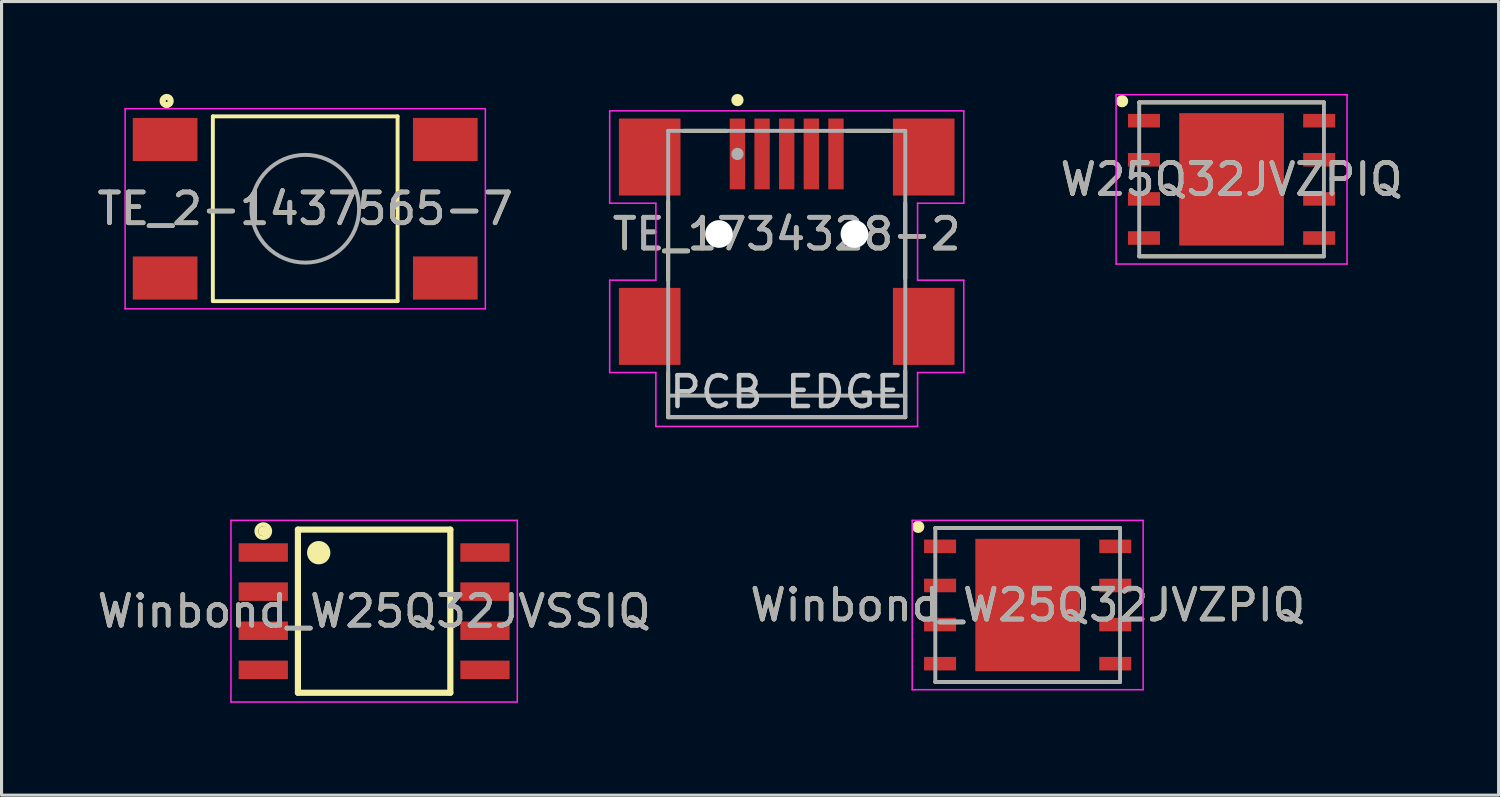
<source format=kicad_pcb>
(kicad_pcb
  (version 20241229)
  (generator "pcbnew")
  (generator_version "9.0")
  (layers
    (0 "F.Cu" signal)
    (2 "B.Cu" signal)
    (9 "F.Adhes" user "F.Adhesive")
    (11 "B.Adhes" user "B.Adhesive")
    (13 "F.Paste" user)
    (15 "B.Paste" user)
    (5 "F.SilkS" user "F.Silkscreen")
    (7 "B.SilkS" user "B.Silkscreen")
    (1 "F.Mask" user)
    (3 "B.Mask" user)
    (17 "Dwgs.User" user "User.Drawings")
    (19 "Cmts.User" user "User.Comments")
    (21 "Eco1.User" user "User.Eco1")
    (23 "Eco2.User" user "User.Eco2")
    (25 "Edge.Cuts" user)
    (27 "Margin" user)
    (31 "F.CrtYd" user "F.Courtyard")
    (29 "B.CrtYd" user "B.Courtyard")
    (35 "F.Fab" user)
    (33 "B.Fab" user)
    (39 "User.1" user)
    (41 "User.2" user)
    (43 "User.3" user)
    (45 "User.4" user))
  (footprint "Winbond_W25Q32JVSSIQ"
    (layer "F.Cu")
    (at 9.101 16.8)
    (property "Reference" "Winbond_W25Q32JVSSIQ" (at 0 0 0) (layer "F.SilkS") (effects (font (size 1 1) (thickness 0.15))))
    (attr smd)
    (fp_line (start -2.475 -2.65) (end 2.475 -2.65) (stroke (width 0.2) (type solid)) (layer "F.SilkS"))
    (fp_line (start -2.475 2.65) (end -2.475 -2.65) (stroke (width 0.2) (type solid)) (layer "F.SilkS"))
    (fp_line (start 2.475 -2.65) (end 2.475 2.65) (stroke (width 0.2) (type solid)) (layer "F.SilkS"))
    (fp_line (start 2.475 2.65) (end -2.475 2.65) (stroke (width 0.2) (type solid)) (layer "F.SilkS"))
    (fp_circle (center -3.6 -2.6) (end -3.5 -2.6) (stroke (width 0.127) (type solid)) (fill no) (layer "F.SilkS"))
    (fp_circle (center -3.6 -2.6) (end -3.376 -2.6) (stroke (width 0.127) (type solid)) (fill no) (layer "F.SilkS"))
    (fp_circle (center -3.5 -2.6) (end -3.4 -2.6) (stroke (width 0.127) (type solid)) (fill no) (layer "F.SilkS"))
    (fp_circle (center -1.8 -1.9) (end -1.7 -1.9) (stroke (width 0.127) (type solid)) (fill no) (layer "F.SilkS"))
    (fp_circle (center -1.8 -1.9) (end -1.659 -1.9) (stroke (width 0.127) (type solid)) (fill no) (layer "F.SilkS"))
    (fp_circle (center -1.8 -1.9) (end -1.576 -1.9) (stroke (width 0.127) (type solid)) (fill no) (layer "F.SilkS"))
    (fp_circle (center -1.8 -1.9) (end -1.484 -1.9) (stroke (width 0.127) (type solid)) (fill no) (layer "F.SilkS"))
    (fp_circle (center -1.8 -1.8) (end -1.7 -1.8) (stroke (width 0.127) (type solid)) (fill no) (layer "F.SilkS"))
    (fp_line (start -4.65 -2.95) (end 4.65 -2.95) (stroke (width 0.05) (type solid)) (layer "F.CrtYd"))
    (fp_line (start -4.65 2.95) (end -4.65 -2.95) (stroke (width 0.05) (type solid)) (layer "F.CrtYd"))
    (fp_line (start 4.65 -2.95) (end 4.65 2.95) (stroke (width 0.05) (type solid)) (layer "F.CrtYd"))
    (fp_line (start 4.65 2.95) (end -4.65 2.95) (stroke (width 0.05) (type solid)) (layer "F.CrtYd"))
    (fp_text user "${REFERENCE}" (at 0 0 0) (layer "F.Fab") (effects (font (size 1 1) (thickness 0.15))))
    (pad "1" smd rect (at -3.6 -1.905) (size 1.6 0.6) (layers "F.Cu" "F.Mask" "F.Paste"))
    (pad "2" smd rect (at -3.6 -0.635) (size 1.6 0.6) (layers "F.Cu" "F.Mask" "F.Paste"))
    (pad "3" smd rect (at -3.6 0.635) (size 1.6 0.6) (layers "F.Cu" "F.Mask" "F.Paste"))
    (pad "4" smd rect (at -3.6 1.905) (size 1.6 0.6) (layers "F.Cu" "F.Mask" "F.Paste"))
    (pad "5" smd rect (at 3.6 1.905) (size 1.6 0.6) (layers "F.Cu" "F.Mask" "F.Paste"))
    (pad "6" smd rect (at 3.6 0.635) (size 1.6 0.6) (layers "F.Cu" "F.Mask" "F.Paste"))
    (pad "7" smd rect (at 3.6 -0.635) (size 1.6 0.6) (layers "F.Cu" "F.Mask" "F.Paste"))
    (pad "8" smd rect (at 3.6 -1.905) (size 1.6 0.6) (layers "F.Cu" "F.Mask" "F.Paste")))
  (footprint "TE_1734328-2"
    (layer "F.Cu")
    (at 22.501 4.55)
    (property "Reference" "TE_1734328-2" (at 0 0 0) (layer "F.SilkS") (effects (font (size 1 1) (thickness 0.15))))
    (attr smd)
    (fp_line (start -3.85 -1.05) (end -3.85 1.5) (stroke (width 0.127) (type solid)) (layer "F.SilkS"))
    (fp_line (start -3.85 4.5) (end -3.85 5.95) (stroke (width 0.127) (type solid)) (layer "F.SilkS"))
    (fp_line (start -3.85 5.95) (end 3.85 5.95) (stroke (width 0.127) (type solid)) (layer "F.SilkS"))
    (fp_line (start -3.35 -3.35) (end -1.95 -3.35) (stroke (width 0.127) (type solid)) (layer "F.SilkS"))
    (fp_line (start 1.95 -3.35) (end 3.35 -3.35) (stroke (width 0.127) (type solid)) (layer "F.SilkS"))
    (fp_line (start 3.85 -1) (end 3.85 1.45) (stroke (width 0.127) (type solid)) (layer "F.SilkS"))
    (fp_line (start 3.85 5.95) (end 3.85 4.45) (stroke (width 0.127) (type solid)) (layer "F.SilkS"))
    (fp_circle (center -1.6 -4.35) (end -1.5 -4.35) (stroke (width 0.2) (type solid)) (fill no) (layer "F.SilkS"))
    (fp_line (start -5.75 -4) (end -5.75 -1) (stroke (width 0.05) (type solid)) (layer "F.CrtYd"))
    (fp_line (start -5.75 -1) (end -4.25 -1) (stroke (width 0.05) (type solid)) (layer "F.CrtYd"))
    (fp_line (start -5.75 1.5) (end -5.75 4.5) (stroke (width 0.05) (type solid)) (layer "F.CrtYd"))
    (fp_line (start -5.75 4.5) (end -4.25 4.5) (stroke (width 0.05) (type solid)) (layer "F.CrtYd"))
    (fp_line (start -4.25 -1) (end -4.25 1.5) (stroke (width 0.05) (type solid)) (layer "F.CrtYd"))
    (fp_line (start -4.25 1.5) (end -5.75 1.5) (stroke (width 0.05) (type solid)) (layer "F.CrtYd"))
    (fp_line (start -4.25 4.5) (end -4.25 6.25) (stroke (width 0.05) (type solid)) (layer "F.CrtYd"))
    (fp_line (start -4.25 6.25) (end 4.25 6.25) (stroke (width 0.05) (type solid)) (layer "F.CrtYd"))
    (fp_line (start 4.25 -1) (end 5.75 -1) (stroke (width 0.05) (type solid)) (layer "F.CrtYd"))
    (fp_line (start 4.25 1.5) (end 4.25 -1) (stroke (width 0.05) (type solid)) (layer "F.CrtYd"))
    (fp_line (start 4.25 4.5) (end 5.75 4.5) (stroke (width 0.05) (type solid)) (layer "F.CrtYd"))
    (fp_line (start 4.25 6.25) (end 4.25 4.5) (stroke (width 0.05) (type solid)) (layer "F.CrtYd"))
    (fp_line (start 5.75 -4) (end -5.75 -4) (stroke (width 0.05) (type solid)) (layer "F.CrtYd"))
    (fp_line (start 5.75 -1) (end 5.75 -4) (stroke (width 0.05) (type solid)) (layer "F.CrtYd"))
    (fp_line (start 5.75 1.5) (end 4.25 1.5) (stroke (width 0.05) (type solid)) (layer "F.CrtYd"))
    (fp_line (start 5.75 4.5) (end 5.75 1.5) (stroke (width 0.05) (type solid)) (layer "F.CrtYd"))
    (fp_line (start -3.85 -3.35) (end -3.85 5.25) (stroke (width 0.127) (type solid)) (layer "F.Fab"))
    (fp_line (start -3.85 5.25) (end 3.85 5.25) (stroke (width 0.127) (type solid)) (layer "F.Fab"))
    (fp_line (start -3.85 5.95) (end -3.85 5.25) (stroke (width 0.127) (type solid)) (layer "F.Fab"))
    (fp_line (start -3.85 5.95) (end 3.85 5.95) (stroke (width 0.127) (type solid)) (layer "F.Fab"))
    (fp_line (start 3.85 -3.35) (end -3.85 -3.35) (stroke (width 0.127) (type solid)) (layer "F.Fab"))
    (fp_line (start 3.85 5.25) (end 3.85 -3.35) (stroke (width 0.127) (type solid)) (layer "F.Fab"))
    (fp_line (start 3.85 5.25) (end 3.85 5.95) (stroke (width 0.127) (type solid)) (layer "F.Fab"))
    (fp_circle (center -1.6 -2.6) (end -1.5 -2.6) (stroke (width 0.2) (type solid)) (fill no) (layer "F.Fab"))
    (fp_text user "PCB EDGE" (at 0 5.131 0) (layer "Dwgs.User") (effects (font (size 1 1) (thickness 0.15))))
    (fp_text user "${REFERENCE}" (at 0 0 0) (layer "F.Fab") (effects (font (size 1 1) (thickness 0.15))))
    (pad "" np_thru_hole circle (at -2.2 0) (size 0.9 0.9) (drill 0.9) (layers "*.Cu" "*.Mask"))
    (pad "" np_thru_hole circle (at 2.2 0) (size 0.9 0.9) (drill 0.9) (layers "*.Cu" "*.Mask"))
    (pad "1" smd rect (at -1.6 -2.6) (size 0.5 2.3) (layers "F.Cu" "F.Mask" "F.Paste"))
    (pad "2" smd rect (at -0.8 -2.6) (size 0.5 2.3) (layers "F.Cu" "F.Mask" "F.Paste"))
    (pad "3" smd rect (at 0 -2.6) (size 0.5 2.3) (layers "F.Cu" "F.Mask" "F.Paste"))
    (pad "4" smd rect (at 0.8 -2.6) (size 0.5 2.3) (layers "F.Cu" "F.Mask" "F.Paste"))
    (pad "5" smd rect (at 1.6 -2.6) (size 0.5 2.3) (layers "F.Cu" "F.Mask" "F.Paste"))
    (pad "S1" smd rect (at -4.45 -2.5) (size 2 2.5) (layers "F.Cu" "F.Mask" "F.Paste"))
    (pad "S2" smd rect (at 4.45 -2.5) (size 2 2.5) (layers "F.Cu" "F.Mask" "F.Paste"))
    (pad "S3" smd rect (at -4.45 3) (size 2 2.5) (layers "F.Cu" "F.Mask" "F.Paste"))
    (pad "S4" smd rect (at 4.45 3) (size 2 2.5) (layers "F.Cu" "F.Mask" "F.Paste")))
  (footprint "Winbond_W25Q32JVZPIQ"
    (layer "F.Cu")
    (at 30.327 16.6)
    (property "Reference" "Winbond_W25Q32JVZPIQ" (at 0 0 0) (layer "F.SilkS") (effects (font (size 1 1) (thickness 0.15))))
    (attr smd)
    (fp_line (start -3 -2.5) (end 3 -2.5) (stroke (width 0.127) (type solid)) (layer "F.SilkS"))
    (fp_line (start -3 2.5) (end 3 2.5) (stroke (width 0.127) (type solid)) (layer "F.SilkS"))
    (fp_circle (center -3.556 -2.54) (end -3.456 -2.54) (stroke (width 0.2) (type solid)) (fill no) (layer "F.SilkS"))
    (fp_poly (pts (xy -1.076 -1.36) (xy 1.075 -1.36) (xy 1.075 1.361) (xy -1.076 1.361)) (stroke (width 0.01) (type solid)) (fill yes) (layer "F.Paste"))
    (fp_line (start -3.75 -2.75) (end 3.75 -2.75) (stroke (width 0.05) (type solid)) (layer "F.CrtYd"))
    (fp_line (start -3.75 2.75) (end -3.75 -2.75) (stroke (width 0.05) (type solid)) (layer "F.CrtYd"))
    (fp_line (start 3.75 -2.75) (end 3.75 2.75) (stroke (width 0.05) (type solid)) (layer "F.CrtYd"))
    (fp_line (start 3.75 2.75) (end -3.75 2.75) (stroke (width 0.05) (type solid)) (layer "F.CrtYd"))
    (fp_line (start -3 -2.5) (end 3 -2.5) (stroke (width 0.127) (type solid)) (layer "F.Fab"))
    (fp_line (start -3 2.5) (end -3 -2.5) (stroke (width 0.127) (type solid)) (layer "F.Fab"))
    (fp_line (start 3 -2.5) (end 3 2.5) (stroke (width 0.127) (type solid)) (layer "F.Fab"))
    (fp_line (start 3 2.5) (end -3 2.5) (stroke (width 0.127) (type solid)) (layer "F.Fab"))
    (fp_text user "${REFERENCE}" (at 0 0 0) (layer "F.Fab") (effects (font (size 1 1) (thickness 0.15))))
    (pad "1" smd rect (at -2.845 -1.905) (size 1.04 0.44) (layers "F.Cu" "F.Mask" "F.Paste"))
    (pad "2" smd rect (at -2.845 -0.635) (size 1.04 0.44) (layers "F.Cu" "F.Mask" "F.Paste"))
    (pad "3" smd rect (at -2.845 0.635) (size 1.04 0.44) (layers "F.Cu" "F.Mask" "F.Paste"))
    (pad "4" smd rect (at -2.845 1.905) (size 1.04 0.44) (layers "F.Cu" "F.Mask" "F.Paste"))
    (pad "5" smd rect (at 2.845 1.905) (size 1.04 0.44) (layers "F.Cu" "F.Mask" "F.Paste"))
    (pad "6" smd rect (at 2.845 0.635) (size 1.04 0.44) (layers "F.Cu" "F.Mask" "F.Paste"))
    (pad "7" smd rect (at 2.845 -0.635) (size 1.04 0.44) (layers "F.Cu" "F.Mask" "F.Paste"))
    (pad "8" smd rect (at 2.845 -1.905) (size 1.04 0.44) (layers "F.Cu" "F.Mask" "F.Paste"))
    (pad "9" smd rect (at 0 0) (size 3.4 4.3) (layers "F.Cu" "F.Mask")))
  (footprint "W25Q32JVZPIQ"
    (layer "F.Cu")
    (at 36.949 2.775)
    (property "Reference" "W25Q32JVZPIQ" (at 0 0 0) (layer "F.SilkS") (effects (font (size 1 1) (thickness 0.15))))
    (attr smd)
    (fp_line (start -3 -2.5) (end 3 -2.5) (stroke (width 0.127) (type solid)) (layer "F.SilkS"))
    (fp_line (start -3 2.5) (end 3 2.5) (stroke (width 0.127) (type solid)) (layer "F.SilkS"))
    (fp_circle (center -3.556 -2.54) (end -3.456 -2.54) (stroke (width 0.2) (type solid)) (fill no) (layer "F.SilkS"))
    (fp_poly (pts (xy -1.076 -1.36) (xy 1.075 -1.36) (xy 1.075 1.361) (xy -1.076 1.361)) (stroke (width 0.01) (type solid)) (fill yes) (layer "F.Paste"))
    (fp_line (start -3.75 -2.75) (end 3.75 -2.75) (stroke (width 0.05) (type solid)) (layer "F.CrtYd"))
    (fp_line (start -3.75 2.75) (end -3.75 -2.75) (stroke (width 0.05) (type solid)) (layer "F.CrtYd"))
    (fp_line (start 3.75 -2.75) (end 3.75 2.75) (stroke (width 0.05) (type solid)) (layer "F.CrtYd"))
    (fp_line (start 3.75 2.75) (end -3.75 2.75) (stroke (width 0.05) (type solid)) (layer "F.CrtYd"))
    (fp_line (start -3 -2.5) (end 3 -2.5) (stroke (width 0.127) (type solid)) (layer "F.Fab"))
    (fp_line (start -3 2.5) (end -3 -2.5) (stroke (width 0.127) (type solid)) (layer "F.Fab"))
    (fp_line (start 3 -2.5) (end 3 2.5) (stroke (width 0.127) (type solid)) (layer "F.Fab"))
    (fp_line (start 3 2.5) (end -3 2.5) (stroke (width 0.127) (type solid)) (layer "F.Fab"))
    (fp_text user "${REFERENCE}" (at 0 0 0) (layer "F.Fab") (effects (font (size 1 1) (thickness 0.15))))
    (pad "1" smd rect (at -2.845 -1.905) (size 1.04 0.44) (layers "F.Cu" "F.Mask" "F.Paste"))
    (pad "2" smd rect (at -2.845 -0.635) (size 1.04 0.44) (layers "F.Cu" "F.Mask" "F.Paste"))
    (pad "3" smd rect (at -2.845 0.635) (size 1.04 0.44) (layers "F.Cu" "F.Mask" "F.Paste"))
    (pad "4" smd rect (at -2.845 1.905) (size 1.04 0.44) (layers "F.Cu" "F.Mask" "F.Paste"))
    (pad "5" smd rect (at 2.845 1.905) (size 1.04 0.44) (layers "F.Cu" "F.Mask" "F.Paste"))
    (pad "6" smd rect (at 2.845 0.635) (size 1.04 0.44) (layers "F.Cu" "F.Mask" "F.Paste"))
    (pad "7" smd rect (at 2.845 -0.635) (size 1.04 0.44) (layers "F.Cu" "F.Mask" "F.Paste"))
    (pad "8" smd rect (at 2.845 -1.905) (size 1.04 0.44) (layers "F.Cu" "F.Mask" "F.Paste"))
    (pad "9" smd rect (at 0 0) (size 3.4 4.3) (layers "F.Cu" "F.Mask")))
  (footprint "TE_2-1437565-7"
    (layer "F.Cu")
    (at 6.863 3.73)
    (property "Reference" "TE_2-1437565-7" (at 0 0 0) (layer "F.SilkS") (effects (font (size 1 1) (thickness 0.15))))
    (attr smd)
    (fp_line (start -3 -3) (end 3 -3) (stroke (width 0.127) (type solid)) (layer "F.SilkS"))
    (fp_line (start -3 3) (end -3 -3) (stroke (width 0.127) (type solid)) (layer "F.SilkS"))
    (fp_line (start 3 -3) (end 3 3) (stroke (width 0.127) (type solid)) (layer "F.SilkS"))
    (fp_line (start 3 3) (end -3 3) (stroke (width 0.127) (type solid)) (layer "F.SilkS"))
    (fp_circle (center -4.5 -3.5) (end -4.37 -3.5) (stroke (width 0.2) (type solid)) (fill no) (layer "F.SilkS"))
    (fp_line (start -5.85 -3.25) (end 5.85 -3.25) (stroke (width 0.05) (type solid)) (layer "F.CrtYd"))
    (fp_line (start -5.85 3.25) (end -5.85 -3.25) (stroke (width 0.05) (type solid)) (layer "F.CrtYd"))
    (fp_line (start 5.85 -3.25) (end 5.85 3.25) (stroke (width 0.05) (type solid)) (layer "F.CrtYd"))
    (fp_line (start 5.85 3.25) (end -5.85 3.25) (stroke (width 0.05) (type solid)) (layer "F.CrtYd"))
    (fp_circle (center 0 0) (end 1.75 0) (stroke (width 0.127) (type solid)) (fill no) (layer "F.Fab"))
    (fp_text user "${REFERENCE}" (at 0 0 0) (layer "F.Fab") (effects (font (size 1 1) (thickness 0.15))))
    (pad "1" smd rect (at -4.55 -2.25) (size 2.1 1.4) (layers "F.Cu" "F.Mask" "F.Paste"))
    (pad "2" smd rect (at 4.55 -2.25) (size 2.1 1.4) (layers "F.Cu" "F.Mask" "F.Paste"))
    (pad "3" smd rect (at -4.55 2.25) (size 2.1 1.4) (layers "F.Cu" "F.Mask" "F.Paste"))
    (pad "4" smd rect (at 4.55 2.25) (size 2.1 1.4) (layers "F.Cu" "F.Mask" "F.Paste")))
  (gr_rect
    (start -3 -3)
    (end 45.621 22.775)
    (stroke (width 0.1) (type default))
    (fill no)
    (layer "Edge.Cuts")))
</source>
